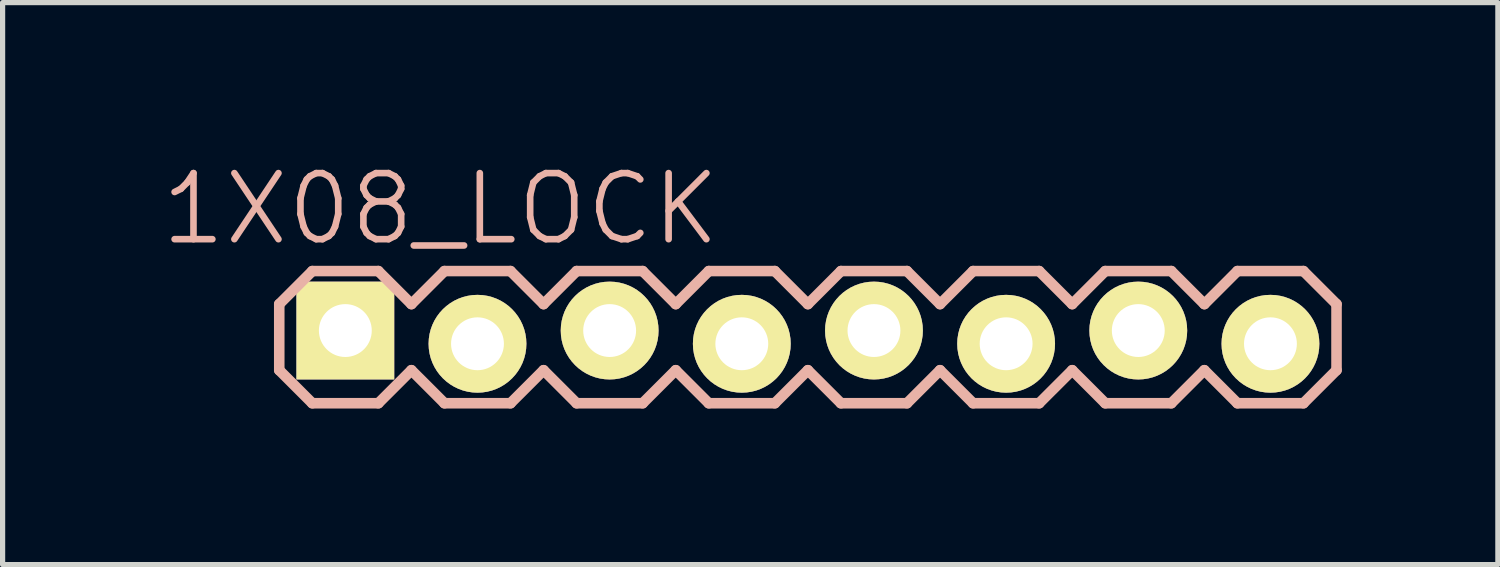
<source format=kicad_pcb>
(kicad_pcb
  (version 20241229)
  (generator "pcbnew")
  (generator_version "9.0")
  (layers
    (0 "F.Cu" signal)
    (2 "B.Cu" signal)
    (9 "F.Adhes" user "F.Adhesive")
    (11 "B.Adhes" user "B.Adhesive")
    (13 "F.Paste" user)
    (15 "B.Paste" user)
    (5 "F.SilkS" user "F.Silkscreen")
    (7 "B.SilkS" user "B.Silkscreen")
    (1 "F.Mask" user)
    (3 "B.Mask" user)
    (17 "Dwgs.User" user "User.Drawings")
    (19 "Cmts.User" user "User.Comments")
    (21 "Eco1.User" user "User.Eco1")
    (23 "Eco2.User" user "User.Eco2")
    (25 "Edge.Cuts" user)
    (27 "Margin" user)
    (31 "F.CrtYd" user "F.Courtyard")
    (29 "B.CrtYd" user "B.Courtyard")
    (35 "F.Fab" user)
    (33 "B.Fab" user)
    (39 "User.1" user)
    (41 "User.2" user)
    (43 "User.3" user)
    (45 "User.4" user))
  (footprint "1X08_LOCK"
    (layer "F.Cu")
    (at 3.587 3.43)
    (property "Reference" "1X08_LOCK" (at 1.829 -2.464 0) (layer "B.SilkS") (effects (font (size 1.27 1.27) (thickness 0.127))))
    (attr exclude_from_pos_files exclude_from_bom)
    (fp_line (start -0.254 -0.254) (end 0.254 -0.254) (stroke (width 0.066) (type solid)) (layer "F.SilkS"))
    (fp_line (start -0.254 0.254) (end -0.254 -0.254) (stroke (width 0.066) (type solid)) (layer "F.SilkS"))
    (fp_line (start -0.254 0.254) (end 0.254 0.254) (stroke (width 0.066) (type solid)) (layer "F.SilkS"))
    (fp_line (start 0.254 0.254) (end 0.254 -0.254) (stroke (width 0.066) (type solid)) (layer "F.SilkS"))
    (fp_line (start 2.286 -0.254) (end 2.794 -0.254) (stroke (width 0.066) (type solid)) (layer "F.SilkS"))
    (fp_line (start 2.286 0.254) (end 2.286 -0.254) (stroke (width 0.066) (type solid)) (layer "F.SilkS"))
    (fp_line (start 2.286 0.254) (end 2.794 0.254) (stroke (width 0.066) (type solid)) (layer "F.SilkS"))
    (fp_line (start 2.794 0.254) (end 2.794 -0.254) (stroke (width 0.066) (type solid)) (layer "F.SilkS"))
    (fp_line (start 4.826 -0.254) (end 5.334 -0.254) (stroke (width 0.066) (type solid)) (layer "F.SilkS"))
    (fp_line (start 4.826 0.254) (end 4.826 -0.254) (stroke (width 0.066) (type solid)) (layer "F.SilkS"))
    (fp_line (start 4.826 0.254) (end 5.334 0.254) (stroke (width 0.066) (type solid)) (layer "F.SilkS"))
    (fp_line (start 5.334 0.254) (end 5.334 -0.254) (stroke (width 0.066) (type solid)) (layer "F.SilkS"))
    (fp_line (start 7.366 -0.254) (end 7.874 -0.254) (stroke (width 0.066) (type solid)) (layer "F.SilkS"))
    (fp_line (start 7.366 0.254) (end 7.366 -0.254) (stroke (width 0.066) (type solid)) (layer "F.SilkS"))
    (fp_line (start 7.366 0.254) (end 7.874 0.254) (stroke (width 0.066) (type solid)) (layer "F.SilkS"))
    (fp_line (start 7.874 0.254) (end 7.874 -0.254) (stroke (width 0.066) (type solid)) (layer "F.SilkS"))
    (fp_line (start 9.906 -0.254) (end 10.414 -0.254) (stroke (width 0.066) (type solid)) (layer "F.SilkS"))
    (fp_line (start 9.906 0.254) (end 9.906 -0.254) (stroke (width 0.066) (type solid)) (layer "F.SilkS"))
    (fp_line (start 9.906 0.254) (end 10.414 0.254) (stroke (width 0.066) (type solid)) (layer "F.SilkS"))
    (fp_line (start 10.414 0.254) (end 10.414 -0.254) (stroke (width 0.066) (type solid)) (layer "F.SilkS"))
    (fp_line (start 12.446 -0.254) (end 12.954 -0.254) (stroke (width 0.066) (type solid)) (layer "F.SilkS"))
    (fp_line (start 12.446 0.254) (end 12.446 -0.254) (stroke (width 0.066) (type solid)) (layer "F.SilkS"))
    (fp_line (start 12.446 0.254) (end 12.954 0.254) (stroke (width 0.066) (type solid)) (layer "F.SilkS"))
    (fp_line (start 12.954 0.254) (end 12.954 -0.254) (stroke (width 0.066) (type solid)) (layer "F.SilkS"))
    (fp_line (start 14.986 -0.254) (end 15.494 -0.254) (stroke (width 0.066) (type solid)) (layer "F.SilkS"))
    (fp_line (start 14.986 0.254) (end 14.986 -0.254) (stroke (width 0.066) (type solid)) (layer "F.SilkS"))
    (fp_line (start 14.986 0.254) (end 15.494 0.254) (stroke (width 0.066) (type solid)) (layer "F.SilkS"))
    (fp_line (start 15.494 0.254) (end 15.494 -0.254) (stroke (width 0.066) (type solid)) (layer "F.SilkS"))
    (fp_line (start 17.523 -0.254) (end 18.034 -0.254) (stroke (width 0.066) (type solid)) (layer "F.SilkS"))
    (fp_line (start 17.523 0.254) (end 17.523 -0.254) (stroke (width 0.066) (type solid)) (layer "F.SilkS"))
    (fp_line (start 17.523 0.254) (end 18.034 0.254) (stroke (width 0.066) (type solid)) (layer "F.SilkS"))
    (fp_line (start 18.034 0.254) (end 18.034 -0.254) (stroke (width 0.066) (type solid)) (layer "F.SilkS"))
    (fp_line (start -1.27 -0.635) (end -1.27 0.635) (stroke (width 0.203) (type solid)) (layer "B.SilkS"))
    (fp_line (start -1.27 0.635) (end -0.635 1.27) (stroke (width 0.203) (type solid)) (layer "B.SilkS"))
    (fp_line (start -0.635 -1.27) (end -1.27 -0.635) (stroke (width 0.203) (type solid)) (layer "B.SilkS"))
    (fp_line (start -0.635 -1.27) (end 0.635 -1.27) (stroke (width 0.203) (type solid)) (layer "B.SilkS"))
    (fp_line (start 0.635 -1.27) (end 1.27 -0.635) (stroke (width 0.203) (type solid)) (layer "B.SilkS"))
    (fp_line (start 0.635 1.27) (end -0.635 1.27) (stroke (width 0.203) (type solid)) (layer "B.SilkS"))
    (fp_line (start 1.27 -0.635) (end 1.905 -1.27) (stroke (width 0.203) (type solid)) (layer "B.SilkS"))
    (fp_line (start 1.27 0.635) (end 0.635 1.27) (stroke (width 0.203) (type solid)) (layer "B.SilkS"))
    (fp_line (start 1.905 -1.27) (end 3.175 -1.27) (stroke (width 0.203) (type solid)) (layer "B.SilkS"))
    (fp_line (start 1.905 1.27) (end 1.27 0.635) (stroke (width 0.203) (type solid)) (layer "B.SilkS"))
    (fp_line (start 3.175 -1.27) (end 3.81 -0.635) (stroke (width 0.203) (type solid)) (layer "B.SilkS"))
    (fp_line (start 3.175 1.27) (end 1.905 1.27) (stroke (width 0.203) (type solid)) (layer "B.SilkS"))
    (fp_line (start 3.81 -0.635) (end 4.445 -1.27) (stroke (width 0.203) (type solid)) (layer "B.SilkS"))
    (fp_line (start 3.81 0.635) (end 3.175 1.27) (stroke (width 0.203) (type solid)) (layer "B.SilkS"))
    (fp_line (start 4.445 -1.27) (end 5.715 -1.27) (stroke (width 0.203) (type solid)) (layer "B.SilkS"))
    (fp_line (start 4.445 1.27) (end 3.81 0.635) (stroke (width 0.203) (type solid)) (layer "B.SilkS"))
    (fp_line (start 5.715 -1.27) (end 6.35 -0.635) (stroke (width 0.203) (type solid)) (layer "B.SilkS"))
    (fp_line (start 5.715 1.27) (end 4.445 1.27) (stroke (width 0.203) (type solid)) (layer "B.SilkS"))
    (fp_line (start 6.35 0.635) (end 5.715 1.27) (stroke (width 0.203) (type solid)) (layer "B.SilkS"))
    (fp_line (start 6.35 0.635) (end 6.985 1.27) (stroke (width 0.203) (type solid)) (layer "B.SilkS"))
    (fp_line (start 6.985 -1.27) (end 6.35 -0.635) (stroke (width 0.203) (type solid)) (layer "B.SilkS"))
    (fp_line (start 6.985 -1.27) (end 8.255 -1.27) (stroke (width 0.203) (type solid)) (layer "B.SilkS"))
    (fp_line (start 8.255 -1.27) (end 8.89 -0.635) (stroke (width 0.203) (type solid)) (layer "B.SilkS"))
    (fp_line (start 8.255 1.27) (end 6.985 1.27) (stroke (width 0.203) (type solid)) (layer "B.SilkS"))
    (fp_line (start 8.89 -0.635) (end 9.525 -1.27) (stroke (width 0.203) (type solid)) (layer "B.SilkS"))
    (fp_line (start 8.89 0.635) (end 8.255 1.27) (stroke (width 0.203) (type solid)) (layer "B.SilkS"))
    (fp_line (start 9.525 -1.27) (end 10.795 -1.27) (stroke (width 0.203) (type solid)) (layer "B.SilkS"))
    (fp_line (start 9.525 1.27) (end 8.89 0.635) (stroke (width 0.203) (type solid)) (layer "B.SilkS"))
    (fp_line (start 10.795 -1.27) (end 11.43 -0.635) (stroke (width 0.203) (type solid)) (layer "B.SilkS"))
    (fp_line (start 10.795 1.27) (end 9.525 1.27) (stroke (width 0.203) (type solid)) (layer "B.SilkS"))
    (fp_line (start 11.43 -0.635) (end 12.065 -1.27) (stroke (width 0.203) (type solid)) (layer "B.SilkS"))
    (fp_line (start 11.43 0.635) (end 10.795 1.27) (stroke (width 0.203) (type solid)) (layer "B.SilkS"))
    (fp_line (start 12.065 -1.27) (end 13.335 -1.27) (stroke (width 0.203) (type solid)) (layer "B.SilkS"))
    (fp_line (start 12.065 1.27) (end 11.43 0.635) (stroke (width 0.203) (type solid)) (layer "B.SilkS"))
    (fp_line (start 13.335 -1.27) (end 13.97 -0.635) (stroke (width 0.203) (type solid)) (layer "B.SilkS"))
    (fp_line (start 13.335 1.27) (end 12.065 1.27) (stroke (width 0.203) (type solid)) (layer "B.SilkS"))
    (fp_line (start 13.97 0.635) (end 13.335 1.27) (stroke (width 0.203) (type solid)) (layer "B.SilkS"))
    (fp_line (start 13.97 0.635) (end 14.605 1.27) (stroke (width 0.203) (type solid)) (layer "B.SilkS"))
    (fp_line (start 14.605 -1.27) (end 13.97 -0.635) (stroke (width 0.203) (type solid)) (layer "B.SilkS"))
    (fp_line (start 14.605 -1.27) (end 15.875 -1.27) (stroke (width 0.203) (type solid)) (layer "B.SilkS"))
    (fp_line (start 15.875 -1.27) (end 16.51 -0.635) (stroke (width 0.203) (type solid)) (layer "B.SilkS"))
    (fp_line (start 15.875 1.27) (end 14.605 1.27) (stroke (width 0.203) (type solid)) (layer "B.SilkS"))
    (fp_line (start 16.51 0.635) (end 15.875 1.27) (stroke (width 0.203) (type solid)) (layer "B.SilkS"))
    (fp_line (start 16.51 0.635) (end 17.145 1.27) (stroke (width 0.203) (type solid)) (layer "B.SilkS"))
    (fp_line (start 17.145 -1.27) (end 16.51 -0.635) (stroke (width 0.203) (type solid)) (layer "B.SilkS"))
    (fp_line (start 17.145 -1.27) (end 18.415 -1.27) (stroke (width 0.203) (type solid)) (layer "B.SilkS"))
    (fp_line (start 18.415 -1.27) (end 19.05 -0.635) (stroke (width 0.203) (type solid)) (layer "B.SilkS"))
    (fp_line (start 18.415 1.27) (end 17.145 1.27) (stroke (width 0.203) (type solid)) (layer "B.SilkS"))
    (fp_line (start 19.05 -0.635) (end 19.05 0.635) (stroke (width 0.203) (type solid)) (layer "B.SilkS"))
    (fp_line (start 19.05 0.635) (end 18.415 1.27) (stroke (width 0.203) (type solid)) (layer "B.SilkS"))
    (pad "1" thru_hole rect (at 0 -0.127) (size 1.88 1.88) (drill 1.016) (layers "*.Cu" "F.Mask" "F.SilkS" "F.Paste"))
    (pad "2" thru_hole circle (at 2.54 0.127) (size 1.88 1.88) (drill 1.016) (layers "*.Cu" "F.Mask" "F.SilkS" "F.Paste"))
    (pad "3" thru_hole circle (at 5.08 -0.127) (size 1.88 1.88) (drill 1.016) (layers "*.Cu" "F.Mask" "F.SilkS" "F.Paste"))
    (pad "4" thru_hole circle (at 7.62 0.127) (size 1.88 1.88) (drill 1.016) (layers "*.Cu" "F.Mask" "F.SilkS" "F.Paste"))
    (pad "5" thru_hole circle (at 10.16 -0.127) (size 1.88 1.88) (drill 1.016) (layers "*.Cu" "F.Mask" "F.SilkS" "F.Paste"))
    (pad "6" thru_hole circle (at 12.7 0.127) (size 1.88 1.88) (drill 1.016) (layers "*.Cu" "F.Mask" "F.SilkS" "F.Paste"))
    (pad "7" thru_hole circle (at 15.24 -0.127) (size 1.88 1.88) (drill 1.016) (layers "*.Cu" "F.Mask" "F.SilkS" "F.Paste"))
    (pad "8" thru_hole circle (at 17.78 0.127) (size 1.88 1.88) (drill 1.016) (layers "*.Cu" "F.Mask" "F.SilkS" "F.Paste")))
  (gr_rect
    (start -3 -3)
    (end 25.738 7.801)
    (stroke (width 0.1) (type default))
    (fill no)
    (layer "Edge.Cuts")))
</source>
